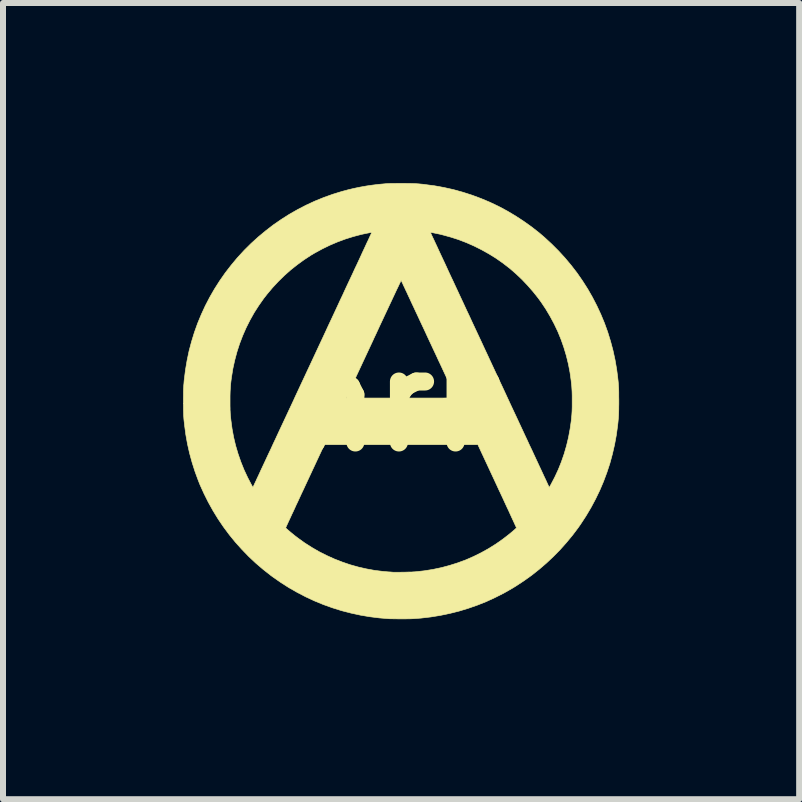
<source format=kicad_pcb>
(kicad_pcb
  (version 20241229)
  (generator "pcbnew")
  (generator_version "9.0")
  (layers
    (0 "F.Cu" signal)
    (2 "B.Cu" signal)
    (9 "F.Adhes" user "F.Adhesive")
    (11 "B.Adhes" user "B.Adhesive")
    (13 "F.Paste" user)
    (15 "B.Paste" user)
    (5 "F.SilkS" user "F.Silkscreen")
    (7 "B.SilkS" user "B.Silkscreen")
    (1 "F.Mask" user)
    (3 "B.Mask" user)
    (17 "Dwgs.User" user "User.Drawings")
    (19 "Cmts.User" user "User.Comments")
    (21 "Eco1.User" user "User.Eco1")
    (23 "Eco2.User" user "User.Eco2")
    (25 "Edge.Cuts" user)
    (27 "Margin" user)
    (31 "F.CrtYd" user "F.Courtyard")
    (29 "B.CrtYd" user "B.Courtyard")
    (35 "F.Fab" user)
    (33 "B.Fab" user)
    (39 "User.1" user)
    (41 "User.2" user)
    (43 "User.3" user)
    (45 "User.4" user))
  (footprint "nrk"
    (layer "F.Cu")
    (at 3.632 3.632)
    (property "Reference" "nrk" (at 0 0 0) (layer "F.SilkS") (effects (font (size 1.524 1.524) (thickness 0.3))))
    (attr through_hole)
    (fp_poly (pts (xy 0.051 -3.627) (xy 0.096 -3.626) (xy 0.136 -3.626) (xy 0.172 -3.625) (xy 0.205 -3.624) (xy 0.235 -3.623) (xy 0.265 -3.621) (xy 0.295 -3.619) (xy 0.325 -3.616) (xy 0.358 -3.613) (xy 0.393 -3.609) (xy 0.396 -3.608) (xy 0.557 -3.587) (xy 0.716 -3.558) (xy 0.873 -3.523) (xy 1.028 -3.48) (xy 1.181 -3.431) (xy 1.331 -3.375) (xy 1.479 -3.313) (xy 1.624 -3.244) (xy 1.766 -3.168) (xy 1.904 -3.086) (xy 2.039 -2.998) (xy 2.171 -2.904) (xy 2.299 -2.804) (xy 2.389 -2.727) (xy 2.508 -2.617) (xy 2.622 -2.503) (xy 2.731 -2.384) (xy 2.834 -2.261) (xy 2.931 -2.135) (xy 3.022 -2.004) (xy 3.108 -1.869) (xy 3.187 -1.731) (xy 3.26 -1.59) (xy 3.327 -1.446) (xy 3.388 -1.299) (xy 3.442 -1.149) (xy 3.489 -0.997) (xy 3.53 -0.843) (xy 3.564 -0.687) (xy 3.591 -0.529) (xy 3.607 -0.408) (xy 3.611 -0.37) (xy 3.615 -0.336) (xy 3.618 -0.304) (xy 3.62 -0.274) (xy 3.622 -0.245) (xy 3.624 -0.216) (xy 3.625 -0.185) (xy 3.626 -0.151) (xy 3.626 -0.114) (xy 3.626 -0.073) (xy 3.627 -0.026) (xy 3.627 0) (xy 3.627 0.05) (xy 3.626 0.095) (xy 3.626 0.134) (xy 3.625 0.169) (xy 3.624 0.201) (xy 3.623 0.231) (xy 3.621 0.26) (xy 3.619 0.289) (xy 3.616 0.32) (xy 3.613 0.353) (xy 3.609 0.389) (xy 3.607 0.408) (xy 3.585 0.568) (xy 3.556 0.726) (xy 3.52 0.882) (xy 3.478 1.037) (xy 3.428 1.189) (xy 3.372 1.339) (xy 3.309 1.487) (xy 3.239 1.632) (xy 3.163 1.774) (xy 3.08 1.914) (xy 2.991 2.05) (xy 2.95 2.109) (xy 2.855 2.235) (xy 2.754 2.357) (xy 2.648 2.476) (xy 2.536 2.59) (xy 2.42 2.699) (xy 2.299 2.803) (xy 2.174 2.902) (xy 2.045 2.994) (xy 1.913 3.081) (xy 1.856 3.116) (xy 1.714 3.197) (xy 1.57 3.27) (xy 1.423 3.338) (xy 1.273 3.398) (xy 1.121 3.451) (xy 0.967 3.498) (xy 0.811 3.537) (xy 0.653 3.57) (xy 0.493 3.596) (xy 0.331 3.615) (xy 0.192 3.625) (xy 0.17 3.626) (xy 0.143 3.627) (xy 0.11 3.627) (xy 0.073 3.628) (xy 0.035 3.628) (xy -0.005 3.628) (xy -0.045 3.628) (xy -0.084 3.627) (xy -0.12 3.627) (xy -0.153 3.626) (xy -0.181 3.626) (xy -0.201 3.625) (xy -0.362 3.612) (xy -0.522 3.592) (xy -0.681 3.565) (xy -0.837 3.531) (xy -0.992 3.491) (xy -1.145 3.443) (xy -1.296 3.389) (xy -1.444 3.328) (xy -1.59 3.26) (xy -1.732 3.186) (xy -1.872 3.106) (xy -2.008 3.019) (xy -2.141 2.926) (xy -2.172 2.903) (xy -2.299 2.803) (xy -2.422 2.698) (xy -2.54 2.587) (xy -2.652 2.471) (xy -2.76 2.351) (xy -2.862 2.226) (xy -2.948 2.11) (xy -1.923 2.11) (xy -1.92 2.114) (xy -1.913 2.122) (xy -1.9 2.134) (xy -1.884 2.148) (xy -1.865 2.164) (xy -1.844 2.182) (xy -1.821 2.201) (xy -1.796 2.221) (xy -1.772 2.241) (xy -1.747 2.26) (xy -1.723 2.278) (xy -1.718 2.282) (xy -1.604 2.364) (xy -1.486 2.439) (xy -1.365 2.509) (xy -1.24 2.572) (xy -1.112 2.63) (xy -0.981 2.681) (xy -0.849 2.726) (xy -0.714 2.764) (xy -0.578 2.795) (xy -0.441 2.82) (xy -0.303 2.837) (xy -0.212 2.845) (xy -0.191 2.846) (xy -0.171 2.847) (xy -0.154 2.849) (xy -0.142 2.85) (xy -0.138 2.85) (xy -0.126 2.851) (xy -0.107 2.851) (xy -0.083 2.851) (xy -0.055 2.851) (xy -0.024 2.851) (xy 0.009 2.85) (xy 0.044 2.85) (xy 0.079 2.849) (xy 0.113 2.848) (xy 0.146 2.847) (xy 0.176 2.847) (xy 0.202 2.845) (xy 0.223 2.844) (xy 0.238 2.843) (xy 0.385 2.827) (xy 0.529 2.804) (xy 0.671 2.774) (xy 0.809 2.737) (xy 0.945 2.694) (xy 1.078 2.645) (xy 1.208 2.588) (xy 1.335 2.525) (xy 1.459 2.456) (xy 1.58 2.38) (xy 1.697 2.298) (xy 1.785 2.23) (xy 1.815 2.206) (xy 1.842 2.183) (xy 1.866 2.163) (xy 1.886 2.146) (xy 1.902 2.131) (xy 1.914 2.12) (xy 1.92 2.113) (xy 1.921 2.11) (xy 1.92 2.106) (xy 1.915 2.096) (xy 1.908 2.08) (xy 1.898 2.059) (xy 1.886 2.032) (xy 1.871 2) (xy 1.854 1.963) (xy 1.835 1.922) (xy 1.814 1.876) (xy 1.792 1.827) (xy 1.767 1.775) (xy 1.741 1.719) (xy 1.714 1.66) (xy 1.686 1.599) (xy 1.656 1.535) (xy 1.625 1.47) (xy 1.6 1.415) (xy 1.279 0.726) (xy -0.00005 0.726) (xy -1.279 0.726) (xy -1.601 1.416) (xy -1.632 1.483) (xy -1.663 1.548) (xy -1.692 1.611) (xy -1.72 1.672) (xy -1.748 1.73) (xy -1.773 1.786) (xy -1.797 1.838) (xy -1.82 1.886) (xy -1.84 1.93) (xy -1.859 1.971) (xy -1.876 2.007) (xy -1.89 2.038) (xy -1.902 2.064) (xy -1.911 2.084) (xy -1.918 2.099) (xy -1.922 2.108) (xy -1.923 2.11) (xy -2.948 2.11) (xy -2.958 2.097) (xy -3.049 1.963) (xy -3.133 1.826) (xy -3.212 1.684) (xy -3.284 1.54) (xy -3.351 1.392) (xy -3.38 1.319) (xy -3.434 1.172) (xy -3.482 1.021) (xy -3.524 0.868) (xy -3.559 0.713) (xy -3.587 0.556) (xy -3.608 0.397) (xy -3.608 0.396) (xy -3.612 0.359) (xy -3.616 0.326) (xy -3.619 0.295) (xy -3.621 0.265) (xy -3.623 0.235) (xy -3.624 0.204) (xy -3.625 0.17) (xy -3.626 0.134) (xy -3.626 0.093) (xy -3.627 0.047) (xy -3.627 0.004) (xy -3.627 -0.005) (xy -2.85 -0.005) (xy -2.85 0.041) (xy -2.85 0.081) (xy -2.849 0.116) (xy -2.849 0.147) (xy -2.847 0.176) (xy -2.846 0.204) (xy -2.844 0.231) (xy -2.841 0.26) (xy -2.838 0.291) (xy -2.835 0.318) (xy -2.816 0.461) (xy -2.79 0.602) (xy -2.757 0.741) (xy -2.716 0.879) (xy -2.669 1.014) (xy -2.616 1.146) (xy -2.555 1.276) (xy -2.499 1.383) (xy -2.489 1.401) (xy -2.481 1.416) (xy -2.474 1.427) (xy -2.47 1.434) (xy -2.468 1.435) (xy -2.467 1.432) (xy -2.462 1.422) (xy -2.454 1.406) (xy -2.444 1.384) (xy -2.431 1.356) (xy -2.415 1.323) (xy -2.397 1.283) (xy -2.376 1.239) (xy -2.353 1.189) (xy -2.328 1.134) (xy -2.3 1.075) (xy -2.27 1.011) (xy -2.238 0.942) (xy -2.204 0.869) (xy -2.167 0.792) (xy -2.13 0.71) (xy -2.09 0.626) (xy -2.049 0.537) (xy -2.006 0.445) (xy -1.961 0.349) (xy -1.915 0.251) (xy -1.868 0.15) (xy -1.819 0.046) (xy -1.774 -0.051) (xy -0.917 -0.051) (xy -0.001 -0.051) (xy 0.08 -0.051) (xy 0.159 -0.051) (xy 0.236 -0.051) (xy 0.31 -0.051) (xy 0.381 -0.051) (xy 0.45 -0.051) (xy 0.515 -0.051) (xy 0.576 -0.051) (xy 0.633 -0.051) (xy 0.686 -0.051) (xy 0.734 -0.052) (xy 0.777 -0.052) (xy 0.815 -0.052) (xy 0.847 -0.052) (xy 0.873 -0.052) (xy 0.893 -0.052) (xy 0.907 -0.052) (xy 0.914 -0.053) (xy 0.914 -0.053) (xy 0.913 -0.056) (xy 0.908 -0.066) (xy 0.901 -0.082) (xy 0.891 -0.103) (xy 0.879 -0.13) (xy 0.864 -0.161) (xy 0.847 -0.198) (xy 0.828 -0.238) (xy 0.808 -0.283) (xy 0.785 -0.332) (xy 0.761 -0.384) (xy 0.735 -0.439) (xy 0.708 -0.497) (xy 0.68 -0.558) (xy 0.651 -0.62) (xy 0.62 -0.685) (xy 0.59 -0.751) (xy 0.558 -0.819) (xy 0.526 -0.887) (xy 0.494 -0.956) (xy 0.461 -1.026) (xy 0.429 -1.095) (xy 0.397 -1.165) (xy 0.365 -1.233) (xy 0.333 -1.301) (xy 0.302 -1.367) (xy 0.272 -1.432) (xy 0.242 -1.495) (xy 0.214 -1.556) (xy 0.186 -1.615) (xy 0.16 -1.671) (xy 0.136 -1.723) (xy 0.113 -1.772) (xy 0.092 -1.818) (xy 0.072 -1.859) (xy 0.055 -1.897) (xy 0.039 -1.929) (xy 0.027 -1.957) (xy 0.016 -1.979) (xy 0.008 -1.995) (xy 0.003 -2.006) (xy 0.001 -2.011) (xy 0.001 -2.011) (xy -0.001 -2.008) (xy -0.006 -1.999) (xy -0.013 -1.983) (xy -0.023 -1.962) (xy -0.036 -1.935) (xy -0.051 -1.903) (xy -0.069 -1.866) (xy -0.089 -1.824) (xy -0.111 -1.777) (xy -0.135 -1.726) (xy -0.16 -1.672) (xy -0.188 -1.613) (xy -0.217 -1.551) (xy -0.248 -1.485) (xy -0.28 -1.417) (xy -0.313 -1.346) (xy -0.348 -1.272) (xy -0.383 -1.196) (xy -0.419 -1.118) (xy -0.457 -1.038) (xy -0.459 -1.032) (xy -0.917 -0.051) (xy -1.774 -0.051) (xy -1.77 -0.061) (xy -1.719 -0.17) (xy -1.667 -0.282) (xy -1.614 -0.395) (xy -1.56 -0.511) (xy -1.505 -0.628) (xy -1.477 -0.688) (xy -1.422 -0.806) (xy -1.368 -0.922) (xy -1.314 -1.037) (xy -1.262 -1.149) (xy -1.211 -1.26) (xy -1.16 -1.368) (xy -1.111 -1.473) (xy -1.063 -1.576) (xy -1.017 -1.676) (xy -0.971 -1.773) (xy -0.928 -1.867) (xy -0.886 -1.957) (xy -0.845 -2.044) (xy -0.806 -2.127) (xy -0.77 -2.206) (xy -0.734 -2.281) (xy -0.701 -2.352) (xy -0.67 -2.419) (xy -0.642 -2.481) (xy -0.615 -2.538) (xy -0.591 -2.59) (xy -0.569 -2.638) (xy -0.549 -2.679) (xy -0.532 -2.716) (xy -0.518 -2.747) (xy -0.506 -2.772) (xy -0.497 -2.791) (xy -0.492 -2.804) (xy -0.488 -2.81) (xy -0.488 -2.811) (xy 0.488 -2.811) (xy 0.489 -2.808) (xy 0.494 -2.798) (xy 0.501 -2.782) (xy 0.511 -2.76) (xy 0.524 -2.732) (xy 0.54 -2.699) (xy 0.558 -2.66) (xy 0.579 -2.615) (xy 0.602 -2.566) (xy 0.627 -2.511) (xy 0.655 -2.451) (xy 0.685 -2.387) (xy 0.717 -2.319) (xy 0.751 -2.246) (xy 0.786 -2.169) (xy 0.824 -2.087) (xy 0.864 -2.003) (xy 0.905 -1.914) (xy 0.948 -1.822) (xy 0.992 -1.727) (xy 1.038 -1.629) (xy 1.085 -1.527) (xy 1.134 -1.424) (xy 1.183 -1.317) (xy 1.234 -1.208) (xy 1.286 -1.097) (xy 1.339 -0.984) (xy 1.392 -0.869) (xy 1.447 -0.752) (xy 1.468 -0.706) (xy 1.523 -0.588) (xy 1.577 -0.472) (xy 1.63 -0.358) (xy 1.683 -0.246) (xy 1.734 -0.136) (xy 1.784 -0.028) (xy 1.833 0.078) (xy 1.881 0.18) (xy 1.928 0.28) (xy 1.973 0.377) (xy 2.017 0.471) (xy 2.059 0.562) (xy 2.1 0.649) (xy 2.138 0.732) (xy 2.176 0.811) (xy 2.211 0.887) (xy 2.244 0.958) (xy 2.275 1.024) (xy 2.304 1.087) (xy 2.331 1.144) (xy 2.355 1.196) (xy 2.377 1.244) (xy 2.397 1.286) (xy 2.414 1.322) (xy 2.428 1.353) (xy 2.44 1.379) (xy 2.449 1.398) (xy 2.455 1.411) (xy 2.458 1.418) (xy 2.459 1.418) (xy 2.463 1.429) (xy 2.467 1.435) (xy 2.469 1.437) (xy 2.471 1.433) (xy 2.476 1.424) (xy 2.483 1.412) (xy 2.492 1.396) (xy 2.496 1.389) (xy 2.56 1.267) (xy 2.619 1.14) (xy 2.671 1.01) (xy 2.717 0.877) (xy 2.756 0.742) (xy 2.789 0.604) (xy 2.815 0.464) (xy 2.834 0.332) (xy 2.838 0.295) (xy 2.841 0.261) (xy 2.844 0.229) (xy 2.846 0.198) (xy 2.848 0.167) (xy 2.849 0.133) (xy 2.85 0.096) (xy 2.85 0.055) (xy 2.85 0.008) (xy 2.85 0) (xy 2.85 -0.048) (xy 2.85 -0.09) (xy 2.849 -0.128) (xy 2.848 -0.162) (xy 2.846 -0.193) (xy 2.844 -0.225) (xy 2.842 -0.256) (xy 2.838 -0.289) (xy 2.834 -0.326) (xy 2.834 -0.332) (xy 2.814 -0.475) (xy 2.787 -0.616) (xy 2.753 -0.755) (xy 2.712 -0.892) (xy 2.665 -1.026) (xy 2.611 -1.158) (xy 2.55 -1.286) (xy 2.483 -1.411) (xy 2.41 -1.534) (xy 2.331 -1.652) (xy 2.281 -1.72) (xy 2.198 -1.824) (xy 2.109 -1.926) (xy 2.015 -2.025) (xy 1.916 -2.119) (xy 1.815 -2.207) (xy 1.801 -2.218) (xy 1.692 -2.302) (xy 1.579 -2.381) (xy 1.461 -2.454) (xy 1.339 -2.522) (xy 1.215 -2.584) (xy 1.088 -2.64) (xy 0.958 -2.69) (xy 0.827 -2.732) (xy 0.696 -2.768) (xy 0.666 -2.776) (xy 0.644 -2.781) (xy 0.62 -2.786) (xy 0.595 -2.791) (xy 0.571 -2.796) (xy 0.548 -2.801) (xy 0.527 -2.805) (xy 0.51 -2.808) (xy 0.497 -2.81) (xy 0.489 -2.811) (xy 0.488 -2.811) (xy -0.488 -2.811) (xy -0.488 -2.811) (xy -0.492 -2.811) (xy -0.502 -2.81) (xy -0.517 -2.807) (xy -0.535 -2.803) (xy -0.557 -2.799) (xy -0.581 -2.794) (xy -0.605 -2.789) (xy -0.629 -2.784) (xy -0.652 -2.779) (xy -0.666 -2.776) (xy -0.798 -2.741) (xy -0.929 -2.7) (xy -1.059 -2.652) (xy -1.188 -2.597) (xy -1.313 -2.536) (xy -1.436 -2.469) (xy -1.499 -2.432) (xy -1.615 -2.356) (xy -1.728 -2.274) (xy -1.838 -2.187) (xy -1.943 -2.094) (xy -2.044 -1.995) (xy -2.14 -1.892) (xy -2.23 -1.785) (xy -2.288 -1.711) (xy -2.371 -1.593) (xy -2.448 -1.473) (xy -2.518 -1.348) (xy -2.582 -1.221) (xy -2.639 -1.091) (xy -2.69 -0.958) (xy -2.734 -0.822) (xy -2.771 -0.684) (xy -2.802 -0.544) (xy -2.825 -0.402) (xy -2.83 -0.365) (xy -2.835 -0.326) (xy -2.839 -0.291) (xy -2.842 -0.258) (xy -2.844 -0.226) (xy -2.846 -0.194) (xy -2.848 -0.161) (xy -2.849 -0.125) (xy -2.85 -0.086) (xy -2.85 -0.041) (xy -2.85 -0.005) (xy -3.627 -0.005) (xy -3.627 -0.045) (xy -3.626 -0.087) (xy -3.626 -0.123) (xy -3.626 -0.156) (xy -3.625 -0.186) (xy -3.624 -0.213) (xy -3.622 -0.239) (xy -3.621 -0.266) (xy -3.618 -0.293) (xy -3.616 -0.322) (xy -3.613 -0.355) (xy -3.612 -0.361) (xy -3.592 -0.521) (xy -3.565 -0.68) (xy -3.532 -0.837) (xy -3.491 -0.991) (xy -3.444 -1.144) (xy -3.39 -1.295) (xy -3.329 -1.442) (xy -3.262 -1.588) (xy -3.188 -1.73) (xy -3.108 -1.869) (xy -3.022 -2.004) (xy -2.93 -2.136) (xy -2.831 -2.264) (xy -2.727 -2.389) (xy -2.723 -2.393) (xy -2.613 -2.513) (xy -2.498 -2.627) (xy -2.379 -2.735) (xy -2.255 -2.838) (xy -2.128 -2.936) (xy -1.996 -3.027) (xy -1.861 -3.113) (xy -1.722 -3.192) (xy -1.579 -3.266) (xy -1.434 -3.333) (xy -1.286 -3.393) (xy -1.135 -3.447) (xy -0.982 -3.494) (xy -0.885 -3.52) (xy -0.784 -3.544) (xy -0.683 -3.565) (xy -0.582 -3.583) (xy -0.479 -3.598) (xy -0.373 -3.611) (xy -0.272 -3.62) (xy -0.253 -3.622) (xy -0.233 -3.623) (xy -0.211 -3.624) (xy -0.187 -3.625) (xy -0.161 -3.626) (xy -0.13 -3.626) (xy -0.094 -3.626) (xy -0.053 -3.627) (xy -0.006 -3.627) (xy 0 -3.627) (xy 0.051 -3.627)) (stroke (width 0.01) (type solid)) (fill yes) (layer "F.SilkS")))
  (gr_rect
    (start -3 -3)
    (end 10.263 10.264)
    (stroke (width 0.1) (type default))
    (fill no)
    (layer "Edge.Cuts")))
</source>
